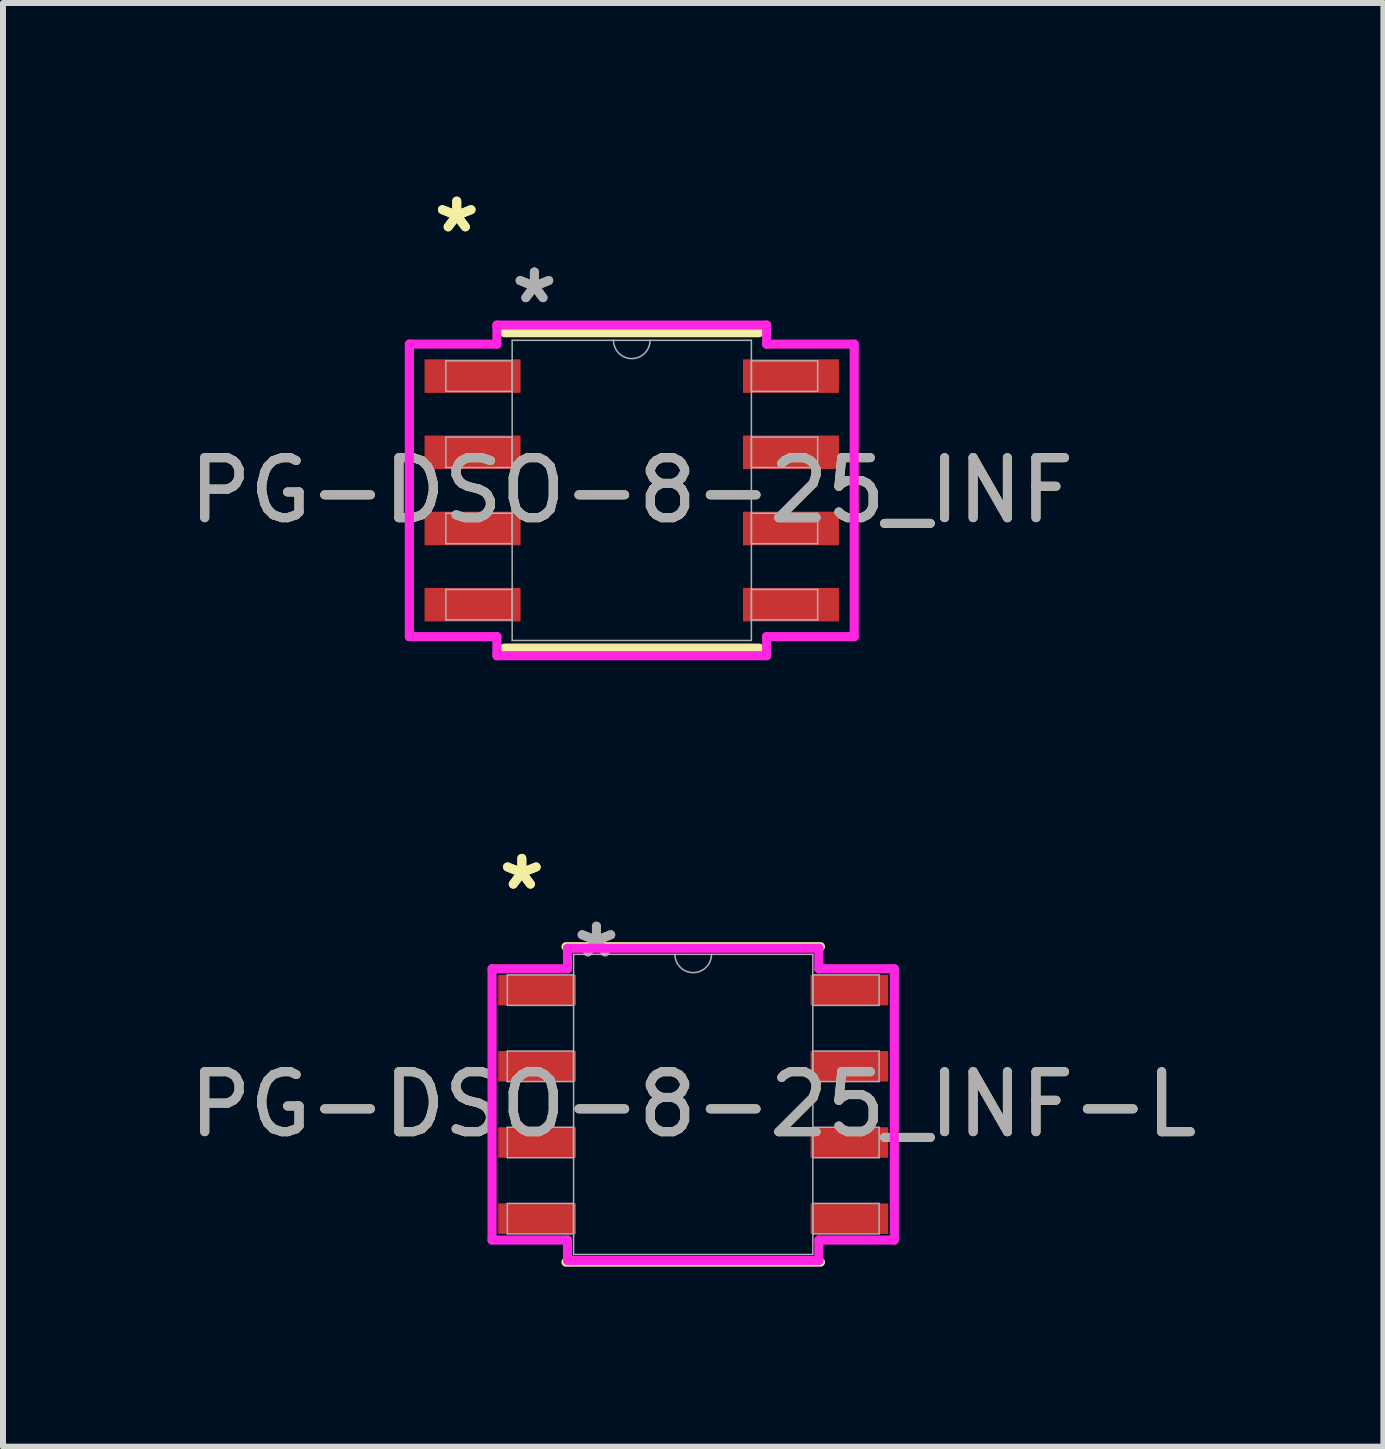
<source format=kicad_pcb>
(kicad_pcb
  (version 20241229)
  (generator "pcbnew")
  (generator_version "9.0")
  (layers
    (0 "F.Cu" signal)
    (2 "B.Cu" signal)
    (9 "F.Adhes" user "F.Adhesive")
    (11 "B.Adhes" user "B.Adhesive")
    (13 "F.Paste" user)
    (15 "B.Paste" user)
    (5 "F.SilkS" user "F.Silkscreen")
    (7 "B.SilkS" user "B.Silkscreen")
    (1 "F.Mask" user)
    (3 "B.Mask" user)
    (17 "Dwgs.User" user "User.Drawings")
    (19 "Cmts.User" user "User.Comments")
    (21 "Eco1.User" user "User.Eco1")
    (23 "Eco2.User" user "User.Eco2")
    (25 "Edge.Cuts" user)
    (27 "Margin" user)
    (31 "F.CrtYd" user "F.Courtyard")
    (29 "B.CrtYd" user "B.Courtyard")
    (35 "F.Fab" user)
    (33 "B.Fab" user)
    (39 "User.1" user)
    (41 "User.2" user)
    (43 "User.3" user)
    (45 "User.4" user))
  (footprint "PG-DSO-8-25_INF-L"
    (layer "F.Cu")
    (at 8.506 15.361)
    (property "Reference" "PG-DSO-8-25_INF-L" (at 0 0 0) (unlocked yes) (layer "F.SilkS") (effects (font (size 1 1) (thickness 0.15))))
    (attr smd)
    (fp_line (start -2.121 2.629) (end 2.121 2.629) (stroke (width 0.152) (type solid)) (layer "F.SilkS"))
    (fp_line (start 2.121 -2.629) (end -2.121 -2.629) (stroke (width 0.152) (type solid)) (layer "F.SilkS"))
    (fp_line (start -3.353 -2.261) (end -2.095 -2.261) (stroke (width 0.152) (type solid)) (layer "F.CrtYd"))
    (fp_line (start -3.353 2.261) (end -3.353 -2.261) (stroke (width 0.152) (type solid)) (layer "F.CrtYd"))
    (fp_line (start -3.353 2.261) (end -2.095 2.261) (stroke (width 0.152) (type solid)) (layer "F.CrtYd"))
    (fp_line (start -2.095 -2.603) (end 2.095 -2.603) (stroke (width 0.152) (type solid)) (layer "F.CrtYd"))
    (fp_line (start -2.095 -2.261) (end -2.095 -2.603) (stroke (width 0.152) (type solid)) (layer "F.CrtYd"))
    (fp_line (start -2.095 2.603) (end -2.095 2.261) (stroke (width 0.152) (type solid)) (layer "F.CrtYd"))
    (fp_line (start 2.095 -2.603) (end 2.095 -2.261) (stroke (width 0.152) (type solid)) (layer "F.CrtYd"))
    (fp_line (start 2.095 2.261) (end 2.095 2.603) (stroke (width 0.152) (type solid)) (layer "F.CrtYd"))
    (fp_line (start 2.095 2.603) (end -2.095 2.603) (stroke (width 0.152) (type solid)) (layer "F.CrtYd"))
    (fp_line (start 3.353 -2.261) (end 2.095 -2.261) (stroke (width 0.152) (type solid)) (layer "F.CrtYd"))
    (fp_line (start 3.353 -2.261) (end 3.353 2.261) (stroke (width 0.152) (type solid)) (layer "F.CrtYd"))
    (fp_line (start 3.353 2.261) (end 2.095 2.261) (stroke (width 0.152) (type solid)) (layer "F.CrtYd"))
    (fp_line (start -3.099 -2.159) (end -3.099 -1.651) (stroke (width 0.025) (type solid)) (layer "F.Fab"))
    (fp_line (start -3.099 -1.651) (end -1.994 -1.651) (stroke (width 0.025) (type solid)) (layer "F.Fab"))
    (fp_line (start -3.099 -0.889) (end -3.099 -0.381) (stroke (width 0.025) (type solid)) (layer "F.Fab"))
    (fp_line (start -3.099 -0.381) (end -1.994 -0.381) (stroke (width 0.025) (type solid)) (layer "F.Fab"))
    (fp_line (start -3.099 0.381) (end -3.099 0.889) (stroke (width 0.025) (type solid)) (layer "F.Fab"))
    (fp_line (start -3.099 0.889) (end -1.994 0.889) (stroke (width 0.025) (type solid)) (layer "F.Fab"))
    (fp_line (start -3.099 1.651) (end -3.099 2.159) (stroke (width 0.025) (type solid)) (layer "F.Fab"))
    (fp_line (start -3.099 2.159) (end -1.994 2.159) (stroke (width 0.025) (type solid)) (layer "F.Fab"))
    (fp_line (start -1.994 -2.502) (end -1.994 2.502) (stroke (width 0.025) (type solid)) (layer "F.Fab"))
    (fp_line (start -1.994 -2.159) (end -3.099 -2.159) (stroke (width 0.025) (type solid)) (layer "F.Fab"))
    (fp_line (start -1.994 -1.651) (end -1.994 -2.159) (stroke (width 0.025) (type solid)) (layer "F.Fab"))
    (fp_line (start -1.994 -0.889) (end -3.099 -0.889) (stroke (width 0.025) (type solid)) (layer "F.Fab"))
    (fp_line (start -1.994 -0.381) (end -1.994 -0.889) (stroke (width 0.025) (type solid)) (layer "F.Fab"))
    (fp_line (start -1.994 0.381) (end -3.099 0.381) (stroke (width 0.025) (type solid)) (layer "F.Fab"))
    (fp_line (start -1.994 0.889) (end -1.994 0.381) (stroke (width 0.025) (type solid)) (layer "F.Fab"))
    (fp_line (start -1.994 1.651) (end -3.099 1.651) (stroke (width 0.025) (type solid)) (layer "F.Fab"))
    (fp_line (start -1.994 2.159) (end -1.994 1.651) (stroke (width 0.025) (type solid)) (layer "F.Fab"))
    (fp_line (start -1.994 2.502) (end 1.994 2.502) (stroke (width 0.025) (type solid)) (layer "F.Fab"))
    (fp_line (start 1.994 -2.502) (end -1.994 -2.502) (stroke (width 0.025) (type solid)) (layer "F.Fab"))
    (fp_line (start 1.994 -2.159) (end 1.994 -1.651) (stroke (width 0.025) (type solid)) (layer "F.Fab"))
    (fp_line (start 1.994 -1.651) (end 3.099 -1.651) (stroke (width 0.025) (type solid)) (layer "F.Fab"))
    (fp_line (start 1.994 -0.889) (end 1.994 -0.381) (stroke (width 0.025) (type solid)) (layer "F.Fab"))
    (fp_line (start 1.994 -0.381) (end 3.099 -0.381) (stroke (width 0.025) (type solid)) (layer "F.Fab"))
    (fp_line (start 1.994 0.381) (end 1.994 0.889) (stroke (width 0.025) (type solid)) (layer "F.Fab"))
    (fp_line (start 1.994 0.889) (end 3.099 0.889) (stroke (width 0.025) (type solid)) (layer "F.Fab"))
    (fp_line (start 1.994 1.651) (end 1.994 2.159) (stroke (width 0.025) (type solid)) (layer "F.Fab"))
    (fp_line (start 1.994 2.159) (end 3.099 2.159) (stroke (width 0.025) (type solid)) (layer "F.Fab"))
    (fp_line (start 1.994 2.502) (end 1.994 -2.502) (stroke (width 0.025) (type solid)) (layer "F.Fab"))
    (fp_line (start 3.099 -2.159) (end 1.994 -2.159) (stroke (width 0.025) (type solid)) (layer "F.Fab"))
    (fp_line (start 3.099 -1.651) (end 3.099 -2.159) (stroke (width 0.025) (type solid)) (layer "F.Fab"))
    (fp_line (start 3.099 -0.889) (end 1.994 -0.889) (stroke (width 0.025) (type solid)) (layer "F.Fab"))
    (fp_line (start 3.099 -0.381) (end 3.099 -0.889) (stroke (width 0.025) (type solid)) (layer "F.Fab"))
    (fp_line (start 3.099 0.381) (end 1.994 0.381) (stroke (width 0.025) (type solid)) (layer "F.Fab"))
    (fp_line (start 3.099 0.889) (end 3.099 0.381) (stroke (width 0.025) (type solid)) (layer "F.Fab"))
    (fp_line (start 3.099 1.651) (end 1.994 1.651) (stroke (width 0.025) (type solid)) (layer "F.Fab"))
    (fp_line (start 3.099 2.159) (end 3.099 1.651) (stroke (width 0.025) (type solid)) (layer "F.Fab"))
    (fp_arc (start 0.3048 -2.5019) (mid 0 -2.1971) (end -0.3048 -2.5019) (stroke (width 0.0254) (type solid)) (layer "F.Fab"))
    (fp_text user "*" (at -2.857 -3.556 0) (layer "F.SilkS") (effects (font (size 1 1) (thickness 0.15))))
    (fp_text user "*" (at -2.857 -3.556 0) (unlocked yes) (layer "F.SilkS") (effects (font (size 1 1) (thickness 0.15))))
    (fp_text user "*" (at -1.613 -2.426 0) (unlocked yes) (layer "F.Fab") (effects (font (size 1 1) (thickness 0.15))))
    (fp_text user "*" (at -1.613 -2.426 0) (layer "F.Fab") (effects (font (size 1 1) (thickness 0.15))))
    (fp_text user "${REFERENCE}" (at 0 0 0) (unlocked yes) (layer "F.Fab") (effects (font (size 1 1) (thickness 0.15))))
    (pad "1" smd rect (at -2.603 -1.905) (size 1.295 0.508) (layers "F.Cu" "F.Mask" "F.Paste"))
    (pad "2" smd rect (at -2.603 -0.635) (size 1.295 0.508) (layers "F.Cu" "F.Mask" "F.Paste"))
    (pad "3" smd rect (at -2.603 0.635) (size 1.295 0.508) (layers "F.Cu" "F.Mask" "F.Paste"))
    (pad "4" smd rect (at -2.603 1.905) (size 1.295 0.508) (layers "F.Cu" "F.Mask" "F.Paste"))
    (pad "5" smd rect (at 2.603 1.905) (size 1.295 0.508) (layers "F.Cu" "F.Mask" "F.Paste"))
    (pad "6" smd rect (at 2.603 0.635) (size 1.295 0.508) (layers "F.Cu" "F.Mask" "F.Paste"))
    (pad "7" smd rect (at 2.603 -0.635) (size 1.295 0.508) (layers "F.Cu" "F.Mask" "F.Paste"))
    (pad "8" smd rect (at 2.603 -1.905) (size 1.295 0.508) (layers "F.Cu" "F.Mask" "F.Paste")))
  (footprint "PG-DSO-8-25_INF"
    (layer "F.Cu")
    (at 7.482 5.125)
    (property "Reference" "PG-DSO-8-25_INF" (at 0 0 0) (unlocked yes) (layer "F.SilkS") (effects (font (size 1 1) (thickness 0.15))))
    (attr smd)
    (fp_line (start -2.121 2.629) (end 2.121 2.629) (stroke (width 0.152) (type solid)) (layer "F.SilkS"))
    (fp_line (start 2.121 -2.629) (end -2.121 -2.629) (stroke (width 0.152) (type solid)) (layer "F.SilkS"))
    (fp_line (start -3.708 -2.438) (end -2.248 -2.438) (stroke (width 0.152) (type solid)) (layer "F.CrtYd"))
    (fp_line (start -3.708 2.438) (end -3.708 -2.438) (stroke (width 0.152) (type solid)) (layer "F.CrtYd"))
    (fp_line (start -3.708 2.438) (end -2.248 2.438) (stroke (width 0.152) (type solid)) (layer "F.CrtYd"))
    (fp_line (start -2.248 -2.756) (end 2.248 -2.756) (stroke (width 0.152) (type solid)) (layer "F.CrtYd"))
    (fp_line (start -2.248 -2.438) (end -2.248 -2.756) (stroke (width 0.152) (type solid)) (layer "F.CrtYd"))
    (fp_line (start -2.248 2.756) (end -2.248 2.438) (stroke (width 0.152) (type solid)) (layer "F.CrtYd"))
    (fp_line (start 2.248 -2.756) (end 2.248 -2.438) (stroke (width 0.152) (type solid)) (layer "F.CrtYd"))
    (fp_line (start 2.248 2.438) (end 2.248 2.756) (stroke (width 0.152) (type solid)) (layer "F.CrtYd"))
    (fp_line (start 2.248 2.756) (end -2.248 2.756) (stroke (width 0.152) (type solid)) (layer "F.CrtYd"))
    (fp_line (start 3.708 -2.438) (end 2.248 -2.438) (stroke (width 0.152) (type solid)) (layer "F.CrtYd"))
    (fp_line (start 3.708 -2.438) (end 3.708 2.438) (stroke (width 0.152) (type solid)) (layer "F.CrtYd"))
    (fp_line (start 3.708 2.438) (end 2.248 2.438) (stroke (width 0.152) (type solid)) (layer "F.CrtYd"))
    (fp_line (start -3.099 -2.159) (end -3.099 -1.651) (stroke (width 0.025) (type solid)) (layer "F.Fab"))
    (fp_line (start -3.099 -1.651) (end -1.994 -1.651) (stroke (width 0.025) (type solid)) (layer "F.Fab"))
    (fp_line (start -3.099 -0.889) (end -3.099 -0.381) (stroke (width 0.025) (type solid)) (layer "F.Fab"))
    (fp_line (start -3.099 -0.381) (end -1.994 -0.381) (stroke (width 0.025) (type solid)) (layer "F.Fab"))
    (fp_line (start -3.099 0.381) (end -3.099 0.889) (stroke (width 0.025) (type solid)) (layer "F.Fab"))
    (fp_line (start -3.099 0.889) (end -1.994 0.889) (stroke (width 0.025) (type solid)) (layer "F.Fab"))
    (fp_line (start -3.099 1.651) (end -3.099 2.159) (stroke (width 0.025) (type solid)) (layer "F.Fab"))
    (fp_line (start -3.099 2.159) (end -1.994 2.159) (stroke (width 0.025) (type solid)) (layer "F.Fab"))
    (fp_line (start -1.994 -2.502) (end -1.994 2.502) (stroke (width 0.025) (type solid)) (layer "F.Fab"))
    (fp_line (start -1.994 -2.159) (end -3.099 -2.159) (stroke (width 0.025) (type solid)) (layer "F.Fab"))
    (fp_line (start -1.994 -1.651) (end -1.994 -2.159) (stroke (width 0.025) (type solid)) (layer "F.Fab"))
    (fp_line (start -1.994 -0.889) (end -3.099 -0.889) (stroke (width 0.025) (type solid)) (layer "F.Fab"))
    (fp_line (start -1.994 -0.381) (end -1.994 -0.889) (stroke (width 0.025) (type solid)) (layer "F.Fab"))
    (fp_line (start -1.994 0.381) (end -3.099 0.381) (stroke (width 0.025) (type solid)) (layer "F.Fab"))
    (fp_line (start -1.994 0.889) (end -1.994 0.381) (stroke (width 0.025) (type solid)) (layer "F.Fab"))
    (fp_line (start -1.994 1.651) (end -3.099 1.651) (stroke (width 0.025) (type solid)) (layer "F.Fab"))
    (fp_line (start -1.994 2.159) (end -1.994 1.651) (stroke (width 0.025) (type solid)) (layer "F.Fab"))
    (fp_line (start -1.994 2.502) (end 1.994 2.502) (stroke (width 0.025) (type solid)) (layer "F.Fab"))
    (fp_line (start 1.994 -2.502) (end -1.994 -2.502) (stroke (width 0.025) (type solid)) (layer "F.Fab"))
    (fp_line (start 1.994 -2.159) (end 1.994 -1.651) (stroke (width 0.025) (type solid)) (layer "F.Fab"))
    (fp_line (start 1.994 -1.651) (end 3.099 -1.651) (stroke (width 0.025) (type solid)) (layer "F.Fab"))
    (fp_line (start 1.994 -0.889) (end 1.994 -0.381) (stroke (width 0.025) (type solid)) (layer "F.Fab"))
    (fp_line (start 1.994 -0.381) (end 3.099 -0.381) (stroke (width 0.025) (type solid)) (layer "F.Fab"))
    (fp_line (start 1.994 0.381) (end 1.994 0.889) (stroke (width 0.025) (type solid)) (layer "F.Fab"))
    (fp_line (start 1.994 0.889) (end 3.099 0.889) (stroke (width 0.025) (type solid)) (layer "F.Fab"))
    (fp_line (start 1.994 1.651) (end 1.994 2.159) (stroke (width 0.025) (type solid)) (layer "F.Fab"))
    (fp_line (start 1.994 2.159) (end 3.099 2.159) (stroke (width 0.025) (type solid)) (layer "F.Fab"))
    (fp_line (start 1.994 2.502) (end 1.994 -2.502) (stroke (width 0.025) (type solid)) (layer "F.Fab"))
    (fp_line (start 3.099 -2.159) (end 1.994 -2.159) (stroke (width 0.025) (type solid)) (layer "F.Fab"))
    (fp_line (start 3.099 -1.651) (end 3.099 -2.159) (stroke (width 0.025) (type solid)) (layer "F.Fab"))
    (fp_line (start 3.099 -0.889) (end 1.994 -0.889) (stroke (width 0.025) (type solid)) (layer "F.Fab"))
    (fp_line (start 3.099 -0.381) (end 3.099 -0.889) (stroke (width 0.025) (type solid)) (layer "F.Fab"))
    (fp_line (start 3.099 0.381) (end 1.994 0.381) (stroke (width 0.025) (type solid)) (layer "F.Fab"))
    (fp_line (start 3.099 0.889) (end 3.099 0.381) (stroke (width 0.025) (type solid)) (layer "F.Fab"))
    (fp_line (start 3.099 1.651) (end 1.994 1.651) (stroke (width 0.025) (type solid)) (layer "F.Fab"))
    (fp_line (start 3.099 2.159) (end 3.099 1.651) (stroke (width 0.025) (type solid)) (layer "F.Fab"))
    (fp_arc (start 0.3048 -2.5019) (mid 0 -2.1971) (end -0.3048 -2.5019) (stroke (width 0.0254) (type solid)) (layer "F.Fab"))
    (fp_text user "*" (at -2.918 -4.277 0) (unlocked yes) (layer "F.SilkS") (effects (font (size 1 1) (thickness 0.15))))
    (fp_text user "*" (at -2.918 -4.277 180) (layer "F.SilkS") (effects (font (size 1 1) (thickness 0.15))))
    (fp_text user "${REFERENCE}" (at 0 0 0) (unlocked yes) (layer "F.Fab") (effects (font (size 1 1) (thickness 0.15))))
    (fp_text user "*" (at -1.623 -3.096 0) (unlocked yes) (layer "F.Fab") (effects (font (size 1 1) (thickness 0.15))))
    (fp_text user "*" (at -1.623 -3.096 180) (layer "F.Fab") (effects (font (size 1 1) (thickness 0.15))))
    (pad "1" smd rect (at -2.654 -1.905) (size 1.6 0.559) (layers "F.Cu" "F.Mask" "F.Paste"))
    (pad "2" smd rect (at -2.654 -0.635) (size 1.6 0.559) (layers "F.Cu" "F.Mask" "F.Paste"))
    (pad "3" smd rect (at -2.654 0.635) (size 1.6 0.559) (layers "F.Cu" "F.Mask" "F.Paste"))
    (pad "4" smd rect (at -2.654 1.905) (size 1.6 0.559) (layers "F.Cu" "F.Mask" "F.Paste"))
    (pad "5" smd rect (at 2.654 1.905) (size 1.6 0.559) (layers "F.Cu" "F.Mask" "F.Paste"))
    (pad "6" smd rect (at 2.654 0.635) (size 1.6 0.559) (layers "F.Cu" "F.Mask" "F.Paste"))
    (pad "7" smd rect (at 2.654 -0.635) (size 1.6 0.559) (layers "F.Cu" "F.Mask" "F.Paste"))
    (pad "8" smd rect (at 2.654 -1.905) (size 1.6 0.559) (layers "F.Cu" "F.Mask" "F.Paste")))
  (gr_rect
    (start -3 -3)
    (end 20.012 21.067)
    (stroke (width 0.1) (type default))
    (fill no)
    (layer "Edge.Cuts")))
</source>
